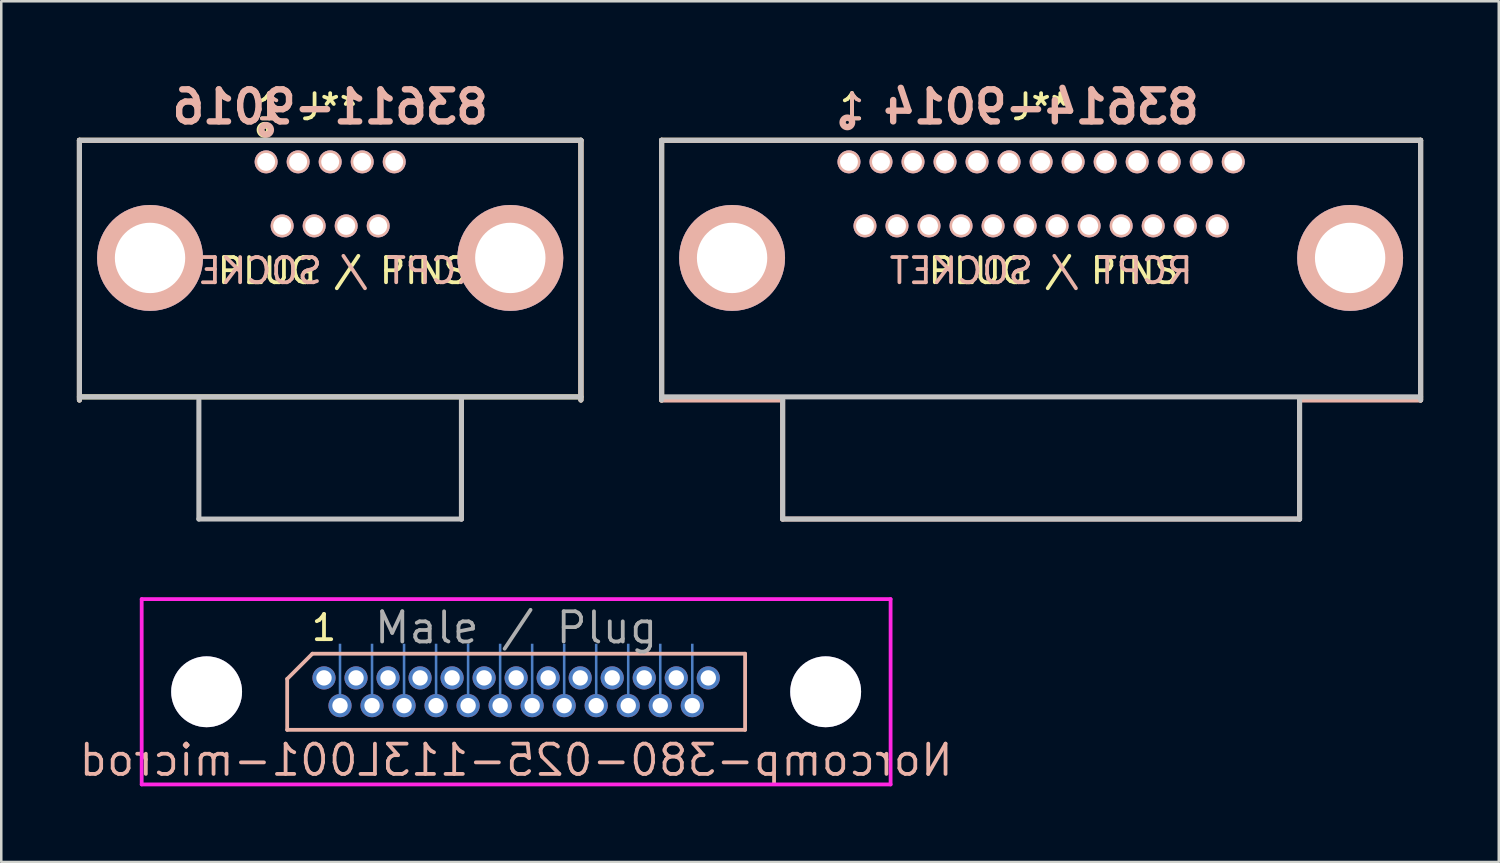
<source format=kicad_pcb>
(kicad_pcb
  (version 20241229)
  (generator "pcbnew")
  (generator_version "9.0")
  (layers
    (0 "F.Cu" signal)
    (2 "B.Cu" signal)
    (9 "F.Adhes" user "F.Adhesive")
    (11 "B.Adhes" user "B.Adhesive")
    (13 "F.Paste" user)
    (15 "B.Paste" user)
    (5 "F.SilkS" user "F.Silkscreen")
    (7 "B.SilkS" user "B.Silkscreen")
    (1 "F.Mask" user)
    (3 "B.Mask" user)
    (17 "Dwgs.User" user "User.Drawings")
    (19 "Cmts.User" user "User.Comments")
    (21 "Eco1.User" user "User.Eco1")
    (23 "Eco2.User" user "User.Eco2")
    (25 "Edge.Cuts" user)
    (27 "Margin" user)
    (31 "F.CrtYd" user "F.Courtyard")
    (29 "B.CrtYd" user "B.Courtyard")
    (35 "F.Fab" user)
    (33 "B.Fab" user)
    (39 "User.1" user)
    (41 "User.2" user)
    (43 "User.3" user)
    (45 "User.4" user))
  (footprint "83611-9016"
    (layer "F.Cu")
    (at 10.044 5.909)
    (property "Reference" "83611-9016" (at 0 -4.72 0) (layer "B.SilkS") (effects (font (size 1.27 1.27) (thickness 0.254)) (justify mirror)))
    (attr through_hole)
    (fp_line (start -9.944 -3.395) (end 9.944 -3.395) (stroke (width 0.2) (type solid)) (layer "F.SilkS"))
    (fp_line (start -9.944 6.78) (end 9.944 6.78) (stroke (width 0.2) (type solid)) (layer "F.SilkS"))
    (fp_line (start -9.944 6.905) (end -9.944 -3.395) (stroke (width 0.2) (type solid)) (layer "F.SilkS"))
    (fp_line (start 9.944 -3.395) (end 9.944 6.905) (stroke (width 0.2) (type solid)) (layer "F.SilkS"))
    (fp_circle (center -2.601 -3.81) (end -2.54 -3.81) (stroke (width 0.254) (type solid)) (fill no) (layer "F.SilkS"))
    (fp_line (start -9.944 -3.395) (end 9.944 -3.395) (stroke (width 0.2) (type solid)) (layer "B.SilkS"))
    (fp_line (start -9.944 6.905) (end -9.944 -3.395) (stroke (width 0.2) (type solid)) (layer "B.SilkS"))
    (fp_line (start 5.207 6.905) (end 5.207 11.625) (stroke (width 0.2) (type solid)) (layer "B.SilkS"))
    (fp_line (start 9.944 -3.395) (end 9.944 6.905) (stroke (width 0.2) (type solid)) (layer "B.SilkS"))
    (fp_circle (center -2.54 -3.81) (end -2.601 -3.81) (stroke (width 0.254) (type solid)) (fill no) (layer "B.SilkS"))
    (fp_line (start -9.944 -3.395) (end -9.944 6.905) (stroke (width 0.2) (type solid)) (layer "Dwgs.User"))
    (fp_line (start -5.207 6.905) (end -5.207 11.625) (stroke (width 0.2) (type solid)) (layer "Dwgs.User"))
    (fp_line (start -5.207 11.625) (end 5.207 11.625) (stroke (width 0.2) (type solid)) (layer "Dwgs.User"))
    (fp_line (start 5.207 11.625) (end 5.207 6.905) (stroke (width 0.2) (type solid)) (layer "Dwgs.User"))
    (fp_line (start 9.944 -3.395) (end -9.944 -3.395) (stroke (width 0.2) (type solid)) (layer "Dwgs.User"))
    (fp_line (start 9.944 6.78) (end -9.944 6.78) (stroke (width 0.2) (type solid)) (layer "Dwgs.User"))
    (fp_line (start 9.944 6.905) (end 9.944 -3.395) (stroke (width 0.2) (type solid)) (layer "Dwgs.User"))
    (fp_text user "1" (at -2.42 -4.72 0) (layer "F.SilkS") (effects (font (size 1 1) (thickness 0.15))))
    (fp_text user "J**" (at 0 -4.72 0) (layer "F.SilkS") (effects (font (size 1 1) (thickness 0.15))))
    (fp_text user "PLUG / PINS" (at 0.5 1.78 0) (layer "F.SilkS") (effects (font (size 1 1) (thickness 0.15))))
    (fp_text user "1" (at -2.42 -4.72 0) (layer "B.SilkS") (effects (font (size 1 1) (thickness 0.15)) (justify mirror)))
    (fp_text user "RCPT / SOCKET" (at 0 1.78 0) (layer "B.SilkS") (effects (font (size 1 1) (thickness 0.15)) (justify mirror)))
    (pad "1" thru_hole circle (at -2.54 -2.54 270) (size 0.91 0.91) (drill 0.71) (layers "*.Cu" "*.Mask" "B.SilkS"))
    (pad "2" thru_hole circle (at -1.27 -2.54 270) (size 0.91 0.91) (drill 0.71) (layers "*.Cu" "*.Mask" "B.SilkS"))
    (pad "3" thru_hole circle (at 0 -2.54 270) (size 0.91 0.91) (drill 0.71) (layers "*.Cu" "*.Mask" "B.SilkS"))
    (pad "4" thru_hole circle (at 1.27 -2.54 270) (size 0.91 0.91) (drill 0.71) (layers "*.Cu" "*.Mask" "B.SilkS"))
    (pad "5" thru_hole circle (at 2.54 -2.54 270) (size 0.91 0.91) (drill 0.71) (layers "*.Cu" "*.Mask" "B.SilkS"))
    (pad "6" thru_hole circle (at -1.905 0 270) (size 0.91 0.91) (drill 0.71) (layers "*.Cu" "*.Mask" "B.SilkS"))
    (pad "7" thru_hole circle (at -0.635 0 270) (size 0.91 0.91) (drill 0.71) (layers "*.Cu" "*.Mask" "B.SilkS"))
    (pad "8" thru_hole circle (at 0.635 0 270) (size 0.91 0.91) (drill 0.71) (layers "*.Cu" "*.Mask" "B.SilkS"))
    (pad "9" thru_hole circle (at 1.905 0 270) (size 0.91 0.91) (drill 0.71) (layers "*.Cu" "*.Mask" "B.SilkS"))
    (pad "10" thru_hole circle (at -7.144 1.27 270) (size 4.2 4.2) (drill 2.79) (layers "*.Cu" "*.Mask" "B.SilkS"))
    (pad "11" thru_hole circle (at 7.144 1.27 270) (size 4.2 4.2) (drill 2.79) (layers "*.Cu" "*.Mask" "B.SilkS")))
  (footprint "83614-9014"
    (layer "F.Cu")
    (at 38.238 5.909)
    (property "Reference" "83614-9014" (at 0 -4.72 0) (layer "B.SilkS") (effects (font (size 1.27 1.27) (thickness 0.254)) (justify mirror)))
    (attr through_hole)
    (fp_line (start -15.05 -3.395) (end 15.05 -3.395) (stroke (width 0.2) (type solid)) (layer "F.SilkS"))
    (fp_line (start -15.05 6.905) (end -15.05 -3.395) (stroke (width 0.2) (type solid)) (layer "F.SilkS"))
    (fp_line (start 15.05 -3.395) (end 15.05 6.905) (stroke (width 0.2) (type solid)) (layer "F.SilkS"))
    (fp_line (start -15.05 -3.395) (end 15.05 -3.395) (stroke (width 0.2) (type solid)) (layer "B.SilkS"))
    (fp_line (start -15.05 6.905) (end -15.05 -3.395) (stroke (width 0.2) (type solid)) (layer "B.SilkS"))
    (fp_line (start -10.25 6.905) (end -15.05 6.905) (stroke (width 0.2) (type solid)) (layer "B.SilkS"))
    (fp_line (start -10.25 11.625) (end -10.25 6.905) (stroke (width 0.2) (type solid)) (layer "B.SilkS"))
    (fp_line (start 10.25 6.905) (end 10.25 11.625) (stroke (width 0.2) (type solid)) (layer "B.SilkS"))
    (fp_line (start 10.25 11.625) (end -10.25 11.625) (stroke (width 0.2) (type solid)) (layer "B.SilkS"))
    (fp_line (start 15.05 -3.395) (end 15.05 6.905) (stroke (width 0.2) (type solid)) (layer "B.SilkS"))
    (fp_line (start 15.05 6.905) (end 10.25 6.905) (stroke (width 0.2) (type solid)) (layer "B.SilkS"))
    (fp_circle (center -7.684 -4.106) (end -7.745 -4.106) (stroke (width 0.254) (type solid)) (fill no) (layer "B.SilkS"))
    (fp_line (start -15.05 -3.395) (end -15.05 6.905) (stroke (width 0.2) (type solid)) (layer "Dwgs.User"))
    (fp_line (start -15.05 6.78) (end 15.05 6.78) (stroke (width 0.2) (type solid)) (layer "Dwgs.User"))
    (fp_line (start -10.25 6.905) (end -10.25 11.625) (stroke (width 0.2) (type solid)) (layer "Dwgs.User"))
    (fp_line (start -10.25 11.625) (end 10.25 11.625) (stroke (width 0.2) (type solid)) (layer "Dwgs.User"))
    (fp_line (start 10.25 11.625) (end 10.25 6.905) (stroke (width 0.2) (type solid)) (layer "Dwgs.User"))
    (fp_line (start 15.05 -3.395) (end -15.05 -3.395) (stroke (width 0.2) (type solid)) (layer "Dwgs.User"))
    (fp_line (start 15.05 6.905) (end 15.05 -3.395) (stroke (width 0.2) (type solid)) (layer "Dwgs.User"))
    (fp_text user "J**" (at 0 -4.72 0) (layer "F.SilkS") (effects (font (size 1 1) (thickness 0.15))))
    (fp_text user "1" (at -7.5 -4.72 0) (layer "F.SilkS") (effects (font (size 1 1) (thickness 0.15))))
    (fp_text user "PLUG / PINS" (at 0.5 1.78 0) (layer "F.SilkS") (effects (font (size 1 1) (thickness 0.15))))
    (fp_text user "1" (at -7.5 -4.72 0) (layer "B.SilkS") (effects (font (size 1 1) (thickness 0.15)) (justify mirror)))
    (fp_text user "RCPT / SOCKET" (at 0 1.78 0) (layer "B.SilkS") (effects (font (size 1 1) (thickness 0.15)) (justify mirror)))
    (pad "1" thru_hole circle (at -7.62 -2.54 270) (size 0.91 0.91) (drill 0.71) (layers "*.Cu" "*.Mask" "B.SilkS"))
    (pad "2" thru_hole circle (at -6.35 -2.54 270) (size 0.91 0.91) (drill 0.71) (layers "*.Cu" "*.Mask" "B.SilkS"))
    (pad "3" thru_hole circle (at -5.08 -2.54 270) (size 0.91 0.91) (drill 0.71) (layers "*.Cu" "*.Mask" "B.SilkS"))
    (pad "4" thru_hole circle (at -3.81 -2.54 270) (size 0.91 0.91) (drill 0.71) (layers "*.Cu" "*.Mask" "B.SilkS"))
    (pad "5" thru_hole circle (at -2.54 -2.54 270) (size 0.91 0.91) (drill 0.71) (layers "*.Cu" "*.Mask" "B.SilkS"))
    (pad "6" thru_hole circle (at -1.27 -2.54 270) (size 0.91 0.91) (drill 0.71) (layers "*.Cu" "*.Mask" "B.SilkS"))
    (pad "7" thru_hole circle (at 0 -2.54 270) (size 0.91 0.91) (drill 0.71) (layers "*.Cu" "*.Mask" "B.SilkS"))
    (pad "8" thru_hole circle (at 1.27 -2.54 270) (size 0.91 0.91) (drill 0.71) (layers "*.Cu" "*.Mask" "B.SilkS"))
    (pad "9" thru_hole circle (at 2.54 -2.54 270) (size 0.91 0.91) (drill 0.71) (layers "*.Cu" "*.Mask" "B.SilkS"))
    (pad "10" thru_hole circle (at 3.81 -2.54 270) (size 0.91 0.91) (drill 0.71) (layers "*.Cu" "*.Mask" "B.SilkS"))
    (pad "11" thru_hole circle (at 5.08 -2.54 270) (size 0.91 0.91) (drill 0.71) (layers "*.Cu" "*.Mask" "B.SilkS"))
    (pad "12" thru_hole circle (at 6.35 -2.54 270) (size 0.91 0.91) (drill 0.71) (layers "*.Cu" "*.Mask" "B.SilkS"))
    (pad "13" thru_hole circle (at 7.62 -2.54 270) (size 0.91 0.91) (drill 0.71) (layers "*.Cu" "*.Mask" "B.SilkS"))
    (pad "14" thru_hole circle (at -6.985 0 270) (size 0.91 0.91) (drill 0.71) (layers "*.Cu" "*.Mask" "B.SilkS"))
    (pad "15" thru_hole circle (at -5.715 0 270) (size 0.91 0.91) (drill 0.71) (layers "*.Cu" "*.Mask" "B.SilkS"))
    (pad "16" thru_hole circle (at -4.445 0 270) (size 0.91 0.91) (drill 0.71) (layers "*.Cu" "*.Mask" "B.SilkS"))
    (pad "17" thru_hole circle (at -3.175 0 270) (size 0.91 0.91) (drill 0.71) (layers "*.Cu" "*.Mask" "B.SilkS"))
    (pad "18" thru_hole circle (at -1.905 0 270) (size 0.91 0.91) (drill 0.71) (layers "*.Cu" "*.Mask" "B.SilkS"))
    (pad "19" thru_hole circle (at -0.635 0 270) (size 0.91 0.91) (drill 0.71) (layers "*.Cu" "*.Mask" "B.SilkS"))
    (pad "20" thru_hole circle (at 0.635 0 270) (size 0.91 0.91) (drill 0.71) (layers "*.Cu" "*.Mask" "B.SilkS"))
    (pad "21" thru_hole circle (at 1.905 0 270) (size 0.91 0.91) (drill 0.71) (layers "*.Cu" "*.Mask" "B.SilkS"))
    (pad "22" thru_hole circle (at 3.175 0 270) (size 0.91 0.91) (drill 0.71) (layers "*.Cu" "*.Mask" "B.SilkS"))
    (pad "23" thru_hole circle (at 4.445 0 270) (size 0.91 0.91) (drill 0.71) (layers "*.Cu" "*.Mask" "B.SilkS"))
    (pad "24" thru_hole circle (at 5.715 0 270) (size 0.91 0.91) (drill 0.71) (layers "*.Cu" "*.Mask" "B.SilkS"))
    (pad "25" thru_hole circle (at 6.985 0 270) (size 0.91 0.91) (drill 0.71) (layers "*.Cu" "*.Mask" "B.SilkS"))
    (pad "26" thru_hole circle (at 12.255 1.27 270) (size 4.2 4.2) (drill 2.79) (layers "*.Cu" "*.Mask" "B.SilkS"))
    (pad "27" thru_hole circle (at -12.255 1.27 270) (size 4.2 4.2) (drill 2.79) (layers "*.Cu" "*.Mask" "B.SilkS")))
  (footprint "Norcomp-380-025-113L001-microd"
    (layer "F.Cu")
    (at 17.419 24.384)
    (property "Reference" "Norcomp-380-025-113L001-microd" (at 0 2.71 0) (layer "B.SilkS") (effects (font (size 1.2 1.2) (thickness 0.15)) (justify mirror)))
    (attr through_hole)
    (fp_line (start -9.08 -0.51) (end -9.08 1.51) (stroke (width 0.15) (type solid)) (layer "B.SilkS"))
    (fp_line (start -9.08 1.51) (end 9.08 1.51) (stroke (width 0.15) (type solid)) (layer "B.SilkS"))
    (fp_line (start -8.08 -1.51) (end -9.08 -0.51) (stroke (width 0.15) (type solid)) (layer "B.SilkS"))
    (fp_line (start 9.08 -1.51) (end -8.08 -1.51) (stroke (width 0.15) (type solid)) (layer "B.SilkS"))
    (fp_line (start 9.08 1.51) (end 9.08 -1.51) (stroke (width 0.15) (type solid)) (layer "B.SilkS"))
    (fp_line (start -14.85 -3.675) (end -14.85 3.675) (stroke (width 0.15) (type solid)) (layer "F.CrtYd"))
    (fp_line (start -14.85 3.675) (end 14.85 3.675) (stroke (width 0.15) (type solid)) (layer "F.CrtYd"))
    (fp_line (start 14.85 -3.675) (end -14.85 -3.675) (stroke (width 0.15) (type solid)) (layer "F.CrtYd"))
    (fp_line (start 14.85 3.675) (end 14.85 -3.675) (stroke (width 0.15) (type solid)) (layer "F.CrtYd"))
    (fp_text user "1" (at -7.62 -2.54 0) (layer "F.SilkS") (effects (font (size 1 1) (thickness 0.15))))
    (fp_text user "Male / Plug" (at 0 -2.54 0) (layer "F.Fab") (effects (font (size 1.2 1.2) (thickness 0.15))))
    (pad "1" thru_hole oval (at -7.62 -0.55) (size 0.92 0.92) (drill 0.61) (layers "*.Cu" "*.Mask"))
    (pad "2" thru_hole oval (at -6.35 -0.55) (size 0.92 0.92) (drill 0.61) (layers "*.Cu" "*.Mask"))
    (pad "3" thru_hole oval (at -5.08 -0.55) (size 0.92 0.92) (drill 0.61) (layers "*.Cu" "*.Mask"))
    (pad "4" thru_hole oval (at -3.81 -0.55) (size 0.92 0.92) (drill 0.61) (layers "*.Cu" "*.Mask"))
    (pad "5" thru_hole oval (at -2.54 -0.55) (size 0.92 0.92) (drill 0.61) (layers "*.Cu" "*.Mask"))
    (pad "6" thru_hole oval (at -1.27 -0.55) (size 0.92 0.92) (drill 0.61) (layers "*.Cu" "*.Mask"))
    (pad "7" thru_hole oval (at 0 -0.55) (size 0.92 0.92) (drill 0.61) (layers "*.Cu" "*.Mask"))
    (pad "8" thru_hole oval (at 1.27 -0.55) (size 0.92 0.92) (drill 0.61) (layers "*.Cu" "*.Mask"))
    (pad "9" thru_hole oval (at 2.54 -0.55) (size 0.92 0.92) (drill 0.61) (layers "*.Cu" "*.Mask"))
    (pad "10" thru_hole oval (at 3.81 -0.55) (size 0.92 0.92) (drill 0.61) (layers "*.Cu" "*.Mask"))
    (pad "11" thru_hole oval (at 5.08 -0.55) (size 0.92 0.92) (drill 0.61) (layers "*.Cu" "*.Mask"))
    (pad "12" thru_hole oval (at 6.35 -0.55) (size 0.92 0.92) (drill 0.61) (layers "*.Cu" "*.Mask"))
    (pad "13" thru_hole oval (at 7.62 -0.55) (size 0.92 0.92) (drill 0.61) (layers "*.Cu" "*.Mask"))
    (pad "14" smd rect (at -6.985 -0.635) (size 0.102 2.54) (layers "B.Cu" "B.Mask" "B.Paste"))
    (pad "14" thru_hole oval (at -6.985 0.55) (size 0.92 0.92) (drill 0.61) (layers "*.Cu" "*.Mask"))
    (pad "15" smd rect (at -5.715 -0.635) (size 0.102 2.54) (layers "B.Cu" "B.Mask" "B.Paste"))
    (pad "15" thru_hole oval (at -5.715 0.55) (size 0.92 0.92) (drill 0.61) (layers "*.Cu" "*.Mask"))
    (pad "16" smd rect (at -4.445 -0.635) (size 0.102 2.54) (layers "B.Cu" "B.Mask" "B.Paste"))
    (pad "16" thru_hole oval (at -4.445 0.55) (size 0.92 0.92) (drill 0.61) (layers "*.Cu" "*.Mask"))
    (pad "17" smd rect (at -3.175 -0.635) (size 0.102 2.54) (layers "B.Cu" "B.Mask" "B.Paste"))
    (pad "17" thru_hole oval (at -3.175 0.55) (size 0.92 0.92) (drill 0.61) (layers "*.Cu" "*.Mask"))
    (pad "18" smd rect (at -1.905 -0.635) (size 0.102 2.54) (layers "B.Cu" "B.Mask" "B.Paste"))
    (pad "18" thru_hole oval (at -1.905 0.55) (size 0.92 0.92) (drill 0.61) (layers "*.Cu" "*.Mask"))
    (pad "19" smd rect (at -0.635 -0.635) (size 0.102 2.54) (layers "B.Cu" "B.Mask" "B.Paste"))
    (pad "19" thru_hole oval (at -0.635 0.55) (size 0.92 0.92) (drill 0.61) (layers "*.Cu" "*.Mask"))
    (pad "20" smd rect (at 0.635 -0.635) (size 0.102 2.54) (layers "B.Cu" "B.Mask" "B.Paste"))
    (pad "20" thru_hole oval (at 0.635 0.55) (size 0.92 0.92) (drill 0.61) (layers "*.Cu" "*.Mask"))
    (pad "21" smd rect (at 1.905 -0.635) (size 0.102 2.54) (layers "B.Cu" "B.Mask" "B.Paste"))
    (pad "21" thru_hole oval (at 1.905 0.55) (size 0.92 0.92) (drill 0.61) (layers "*.Cu" "*.Mask"))
    (pad "22" smd rect (at 3.175 -0.635) (size 0.102 2.54) (layers "B.Cu" "B.Mask" "B.Paste"))
    (pad "22" thru_hole oval (at 3.175 0.55) (size 0.92 0.92) (drill 0.61) (layers "*.Cu" "*.Mask"))
    (pad "23" smd rect (at 4.445 -0.635) (size 0.102 2.54) (layers "B.Cu" "B.Mask" "B.Paste"))
    (pad "23" thru_hole oval (at 4.445 0.55) (size 0.92 0.92) (drill 0.61) (layers "*.Cu" "*.Mask"))
    (pad "24" smd rect (at 5.715 -0.635) (size 0.102 2.54) (layers "B.Cu" "B.Mask" "B.Paste"))
    (pad "24" thru_hole oval (at 5.715 0.55) (size 0.92 0.92) (drill 0.61) (layers "*.Cu" "*.Mask"))
    (pad "25" smd rect (at 6.985 -0.635) (size 0.102 2.54) (layers "B.Cu" "B.Mask" "B.Paste"))
    (pad "25" thru_hole oval (at 6.985 0.55) (size 0.92 0.92) (drill 0.61) (layers "*.Cu" "*.Mask"))
    (pad "26" thru_hole oval (at 12.275 0) (size 2.81 2.81) (drill 2.81) (layers "*.Cu" "*.Mask"))
    (pad "27" thru_hole oval (at -12.275 0) (size 2.81 2.81) (drill 2.81) (layers "*.Cu" "*.Mask")))
  (gr_rect
    (start -3 -3)
    (end 56.388 31.134)
    (stroke (width 0.1) (type default))
    (fill no)
    (layer "Edge.Cuts")))
</source>
